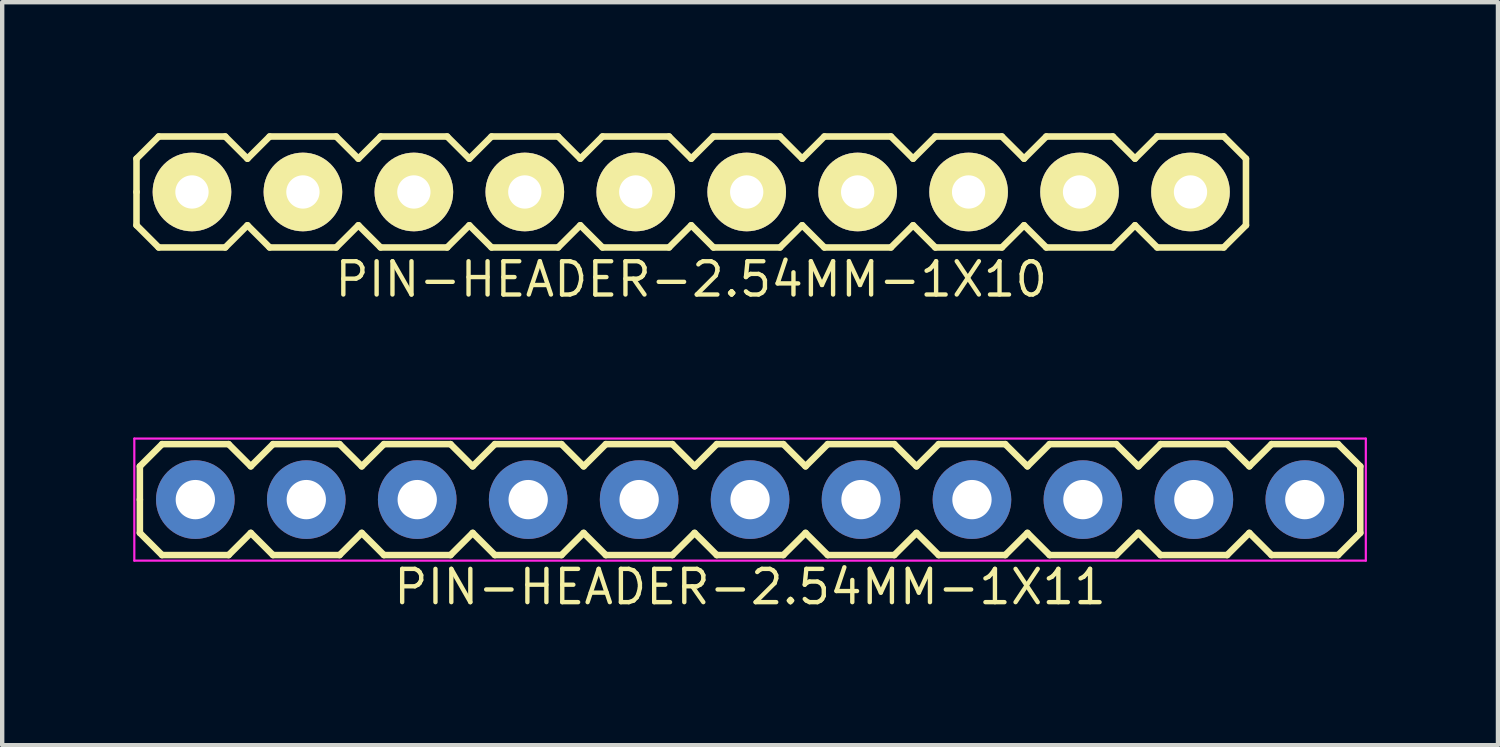
<source format=kicad_pcb>
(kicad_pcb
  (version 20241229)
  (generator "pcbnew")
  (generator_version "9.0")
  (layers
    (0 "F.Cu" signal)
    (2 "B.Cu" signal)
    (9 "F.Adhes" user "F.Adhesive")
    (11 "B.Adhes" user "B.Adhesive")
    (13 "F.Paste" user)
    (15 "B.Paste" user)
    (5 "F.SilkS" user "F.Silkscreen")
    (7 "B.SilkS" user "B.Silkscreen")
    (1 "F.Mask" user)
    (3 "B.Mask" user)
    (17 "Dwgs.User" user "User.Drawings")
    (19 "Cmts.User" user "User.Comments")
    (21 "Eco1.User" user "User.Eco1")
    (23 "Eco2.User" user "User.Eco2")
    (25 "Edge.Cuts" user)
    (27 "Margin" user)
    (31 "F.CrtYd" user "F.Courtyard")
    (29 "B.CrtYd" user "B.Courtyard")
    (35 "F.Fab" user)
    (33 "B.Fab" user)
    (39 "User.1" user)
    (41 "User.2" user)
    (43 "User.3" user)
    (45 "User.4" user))
  (footprint "PIN-HEADER-2.54MM-1X10"
    (layer "F.Cu")
    (at 12.775 1.345)
    (property "Reference" "PIN-HEADER-2.54MM-1X10" (at 0 2 0) (layer "F.SilkS") (effects (font (size 0.762 0.762) (thickness 0.1))))
    (attr through_hole)
    (fp_line (start -12.7 -0.762) (end -12.192 -1.27) (stroke (width 0.15) (type solid)) (layer "F.SilkS"))
    (fp_line (start -12.7 0) (end -12.7 -0.762) (stroke (width 0.15) (type solid)) (layer "F.SilkS"))
    (fp_line (start -12.7 0.762) (end -12.7 0) (stroke (width 0.15) (type solid)) (layer "F.SilkS"))
    (fp_line (start -12.192 -1.27) (end -10.668 -1.27) (stroke (width 0.15) (type solid)) (layer "F.SilkS"))
    (fp_line (start -12.192 1.27) (end -12.7 0.762) (stroke (width 0.15) (type solid)) (layer "F.SilkS"))
    (fp_line (start -10.668 -1.27) (end -10.16 -0.762) (stroke (width 0.15) (type solid)) (layer "F.SilkS"))
    (fp_line (start -10.668 1.27) (end -12.192 1.27) (stroke (width 0.15) (type solid)) (layer "F.SilkS"))
    (fp_line (start -10.16 -0.762) (end -9.652 -1.27) (stroke (width 0.15) (type solid)) (layer "F.SilkS"))
    (fp_line (start -10.16 0.762) (end -10.668 1.27) (stroke (width 0.15) (type solid)) (layer "F.SilkS"))
    (fp_line (start -9.652 -1.27) (end -8.128 -1.27) (stroke (width 0.15) (type solid)) (layer "F.SilkS"))
    (fp_line (start -9.652 1.27) (end -10.16 0.762) (stroke (width 0.15) (type solid)) (layer "F.SilkS"))
    (fp_line (start -8.128 -1.27) (end -7.62 -0.762) (stroke (width 0.15) (type solid)) (layer "F.SilkS"))
    (fp_line (start -8.128 1.27) (end -9.652 1.27) (stroke (width 0.15) (type solid)) (layer "F.SilkS"))
    (fp_line (start -7.62 -0.762) (end -7.112 -1.27) (stroke (width 0.15) (type solid)) (layer "F.SilkS"))
    (fp_line (start -7.62 0.762) (end -8.128 1.27) (stroke (width 0.15) (type solid)) (layer "F.SilkS"))
    (fp_line (start -7.112 -1.27) (end -5.588 -1.27) (stroke (width 0.15) (type solid)) (layer "F.SilkS"))
    (fp_line (start -7.112 1.27) (end -7.62 0.762) (stroke (width 0.15) (type solid)) (layer "F.SilkS"))
    (fp_line (start -5.588 -1.27) (end -5.08 -0.762) (stroke (width 0.15) (type solid)) (layer "F.SilkS"))
    (fp_line (start -5.588 1.27) (end -7.112 1.27) (stroke (width 0.15) (type solid)) (layer "F.SilkS"))
    (fp_line (start -5.08 -0.762) (end -4.572 -1.27) (stroke (width 0.15) (type solid)) (layer "F.SilkS"))
    (fp_line (start -5.08 0.762) (end -5.588 1.27) (stroke (width 0.15) (type solid)) (layer "F.SilkS"))
    (fp_line (start -4.572 -1.27) (end -3.048 -1.27) (stroke (width 0.15) (type solid)) (layer "F.SilkS"))
    (fp_line (start -4.572 1.27) (end -5.08 0.762) (stroke (width 0.15) (type solid)) (layer "F.SilkS"))
    (fp_line (start -3.048 -1.27) (end -2.54 -0.762) (stroke (width 0.15) (type solid)) (layer "F.SilkS"))
    (fp_line (start -3.048 1.27) (end -4.572 1.27) (stroke (width 0.15) (type solid)) (layer "F.SilkS"))
    (fp_line (start -2.54 -0.762) (end -2.032 -1.27) (stroke (width 0.15) (type solid)) (layer "F.SilkS"))
    (fp_line (start -2.54 0.762) (end -3.048 1.27) (stroke (width 0.15) (type solid)) (layer "F.SilkS"))
    (fp_line (start -2.032 -1.27) (end -0.508 -1.27) (stroke (width 0.15) (type solid)) (layer "F.SilkS"))
    (fp_line (start -2.032 1.27) (end -2.54 0.762) (stroke (width 0.15) (type solid)) (layer "F.SilkS"))
    (fp_line (start -0.508 -1.27) (end 0 -0.762) (stroke (width 0.15) (type solid)) (layer "F.SilkS"))
    (fp_line (start -0.508 1.27) (end -2.032 1.27) (stroke (width 0.15) (type solid)) (layer "F.SilkS"))
    (fp_line (start 0 -0.762) (end 0.508 -1.27) (stroke (width 0.15) (type solid)) (layer "F.SilkS"))
    (fp_line (start 0 0.762) (end -0.508 1.27) (stroke (width 0.15) (type solid)) (layer "F.SilkS"))
    (fp_line (start 0.508 -1.27) (end 2.032 -1.27) (stroke (width 0.15) (type solid)) (layer "F.SilkS"))
    (fp_line (start 0.508 1.27) (end 0 0.762) (stroke (width 0.15) (type solid)) (layer "F.SilkS"))
    (fp_line (start 2.032 -1.27) (end 2.54 -0.762) (stroke (width 0.15) (type solid)) (layer "F.SilkS"))
    (fp_line (start 2.032 1.27) (end 0.508 1.27) (stroke (width 0.15) (type solid)) (layer "F.SilkS"))
    (fp_line (start 2.54 -0.762) (end 3.048 -1.27) (stroke (width 0.15) (type solid)) (layer "F.SilkS"))
    (fp_line (start 2.54 0.762) (end 2.032 1.27) (stroke (width 0.15) (type solid)) (layer "F.SilkS"))
    (fp_line (start 3.048 -1.27) (end 4.572 -1.27) (stroke (width 0.15) (type solid)) (layer "F.SilkS"))
    (fp_line (start 3.048 1.27) (end 2.54 0.762) (stroke (width 0.15) (type solid)) (layer "F.SilkS"))
    (fp_line (start 4.572 -1.27) (end 5.08 -0.762) (stroke (width 0.15) (type solid)) (layer "F.SilkS"))
    (fp_line (start 4.572 1.27) (end 3.048 1.27) (stroke (width 0.15) (type solid)) (layer "F.SilkS"))
    (fp_line (start 5.08 -0.762) (end 5.588 -1.27) (stroke (width 0.15) (type solid)) (layer "F.SilkS"))
    (fp_line (start 5.08 0.762) (end 4.572 1.27) (stroke (width 0.15) (type solid)) (layer "F.SilkS"))
    (fp_line (start 5.588 -1.27) (end 7.112 -1.27) (stroke (width 0.15) (type solid)) (layer "F.SilkS"))
    (fp_line (start 5.588 1.27) (end 5.08 0.762) (stroke (width 0.15) (type solid)) (layer "F.SilkS"))
    (fp_line (start 7.112 -1.27) (end 7.62 -0.762) (stroke (width 0.15) (type solid)) (layer "F.SilkS"))
    (fp_line (start 7.112 1.27) (end 5.588 1.27) (stroke (width 0.15) (type solid)) (layer "F.SilkS"))
    (fp_line (start 7.62 -0.762) (end 8.128 -1.27) (stroke (width 0.15) (type solid)) (layer "F.SilkS"))
    (fp_line (start 7.62 0.762) (end 7.112 1.27) (stroke (width 0.15) (type solid)) (layer "F.SilkS"))
    (fp_line (start 8.128 -1.27) (end 9.652 -1.27) (stroke (width 0.15) (type solid)) (layer "F.SilkS"))
    (fp_line (start 8.128 1.27) (end 7.62 0.762) (stroke (width 0.15) (type solid)) (layer "F.SilkS"))
    (fp_line (start 9.652 -1.27) (end 10.16 -0.762) (stroke (width 0.15) (type solid)) (layer "F.SilkS"))
    (fp_line (start 9.652 1.27) (end 8.128 1.27) (stroke (width 0.15) (type solid)) (layer "F.SilkS"))
    (fp_line (start 10.16 -0.762) (end 10.668 -1.27) (stroke (width 0.15) (type solid)) (layer "F.SilkS"))
    (fp_line (start 10.16 0.762) (end 9.652 1.27) (stroke (width 0.15) (type solid)) (layer "F.SilkS"))
    (fp_line (start 10.668 -1.27) (end 12.192 -1.27) (stroke (width 0.15) (type solid)) (layer "F.SilkS"))
    (fp_line (start 10.668 1.27) (end 10.16 0.762) (stroke (width 0.15) (type solid)) (layer "F.SilkS"))
    (fp_line (start 12.192 -1.27) (end 12.7 -0.762) (stroke (width 0.15) (type solid)) (layer "F.SilkS"))
    (fp_line (start 12.192 1.27) (end 10.668 1.27) (stroke (width 0.15) (type solid)) (layer "F.SilkS"))
    (fp_line (start 12.7 -0.762) (end 12.7 0.762) (stroke (width 0.15) (type solid)) (layer "F.SilkS"))
    (fp_line (start 12.7 0.762) (end 12.192 1.27) (stroke (width 0.15) (type solid)) (layer "F.SilkS"))
    (pad "1" thru_hole circle (at -11.43 0) (size 1.8 1.8) (drill 0.762) (layers "*.Cu" "*.Mask" "F.SilkS"))
    (pad "2" thru_hole circle (at -8.89 0) (size 1.8 1.8) (drill 0.762) (layers "*.Cu" "*.Mask" "F.SilkS"))
    (pad "3" thru_hole circle (at -6.35 0) (size 1.8 1.8) (drill 0.762) (layers "*.Cu" "*.Mask" "F.SilkS"))
    (pad "4" thru_hole circle (at -3.81 0) (size 1.8 1.8) (drill 0.762) (layers "*.Cu" "*.Mask" "F.SilkS"))
    (pad "5" thru_hole circle (at -1.27 0) (size 1.8 1.8) (drill 0.762) (layers "*.Cu" "*.Mask" "F.SilkS"))
    (pad "6" thru_hole circle (at 1.27 0) (size 1.8 1.8) (drill 0.762) (layers "*.Cu" "*.Mask" "F.SilkS"))
    (pad "7" thru_hole circle (at 3.81 0) (size 1.8 1.8) (drill 0.762) (layers "*.Cu" "*.Mask" "F.SilkS"))
    (pad "8" thru_hole circle (at 6.35 0) (size 1.8 1.8) (drill 0.762) (layers "*.Cu" "*.Mask" "F.SilkS"))
    (pad "9" thru_hole circle (at 8.89 0) (size 1.8 1.8) (drill 0.762) (layers "*.Cu" "*.Mask" "F.SilkS"))
    (pad "10" thru_hole circle (at 11.43 0) (size 1.8 1.8) (drill 0.762) (layers "*.Cu" "*.Mask" "F.SilkS")))
  (footprint "PIN-HEADER-2.54MM-1X11"
    (layer "F.Cu")
    (at 14.122 8.388)
    (property "Reference" "PIN-HEADER-2.54MM-1X11" (at 0 2 0) (layer "F.SilkS") (effects (font (size 0.762 0.762) (thickness 0.1))))
    (attr through_hole)
    (fp_line (start -13.97 -0.762) (end -13.462 -1.27) (stroke (width 0.15) (type solid)) (layer "F.SilkS"))
    (fp_line (start -13.97 0) (end -13.97 -0.762) (stroke (width 0.15) (type solid)) (layer "F.SilkS"))
    (fp_line (start -13.97 0.762) (end -13.97 0) (stroke (width 0.15) (type solid)) (layer "F.SilkS"))
    (fp_line (start -13.462 -1.27) (end -11.938 -1.27) (stroke (width 0.15) (type solid)) (layer "F.SilkS"))
    (fp_line (start -13.462 1.27) (end -13.97 0.762) (stroke (width 0.15) (type solid)) (layer "F.SilkS"))
    (fp_line (start -11.938 -1.27) (end -11.43 -0.762) (stroke (width 0.15) (type solid)) (layer "F.SilkS"))
    (fp_line (start -11.938 1.27) (end -13.462 1.27) (stroke (width 0.15) (type solid)) (layer "F.SilkS"))
    (fp_line (start -11.43 -0.762) (end -10.922 -1.27) (stroke (width 0.15) (type solid)) (layer "F.SilkS"))
    (fp_line (start -11.43 0.762) (end -11.938 1.27) (stroke (width 0.15) (type solid)) (layer "F.SilkS"))
    (fp_line (start -10.922 -1.27) (end -9.398 -1.27) (stroke (width 0.15) (type solid)) (layer "F.SilkS"))
    (fp_line (start -10.922 1.27) (end -11.43 0.762) (stroke (width 0.15) (type solid)) (layer "F.SilkS"))
    (fp_line (start -9.398 -1.27) (end -8.89 -0.762) (stroke (width 0.15) (type solid)) (layer "F.SilkS"))
    (fp_line (start -9.398 1.27) (end -10.922 1.27) (stroke (width 0.15) (type solid)) (layer "F.SilkS"))
    (fp_line (start -8.89 -0.762) (end -8.382 -1.27) (stroke (width 0.15) (type solid)) (layer "F.SilkS"))
    (fp_line (start -8.89 0.762) (end -9.398 1.27) (stroke (width 0.15) (type solid)) (layer "F.SilkS"))
    (fp_line (start -8.382 -1.27) (end -6.858 -1.27) (stroke (width 0.15) (type solid)) (layer "F.SilkS"))
    (fp_line (start -8.382 1.27) (end -8.89 0.762) (stroke (width 0.15) (type solid)) (layer "F.SilkS"))
    (fp_line (start -6.858 -1.27) (end -6.35 -0.762) (stroke (width 0.15) (type solid)) (layer "F.SilkS"))
    (fp_line (start -6.858 1.27) (end -8.382 1.27) (stroke (width 0.15) (type solid)) (layer "F.SilkS"))
    (fp_line (start -6.35 -0.762) (end -5.842 -1.27) (stroke (width 0.15) (type solid)) (layer "F.SilkS"))
    (fp_line (start -6.35 0.762) (end -6.858 1.27) (stroke (width 0.15) (type solid)) (layer "F.SilkS"))
    (fp_line (start -5.842 -1.27) (end -4.318 -1.27) (stroke (width 0.15) (type solid)) (layer "F.SilkS"))
    (fp_line (start -5.842 1.27) (end -6.35 0.762) (stroke (width 0.15) (type solid)) (layer "F.SilkS"))
    (fp_line (start -4.318 -1.27) (end -3.81 -0.762) (stroke (width 0.15) (type solid)) (layer "F.SilkS"))
    (fp_line (start -4.318 1.27) (end -5.842 1.27) (stroke (width 0.15) (type solid)) (layer "F.SilkS"))
    (fp_line (start -3.81 -0.762) (end -3.302 -1.27) (stroke (width 0.15) (type solid)) (layer "F.SilkS"))
    (fp_line (start -3.81 0.762) (end -4.318 1.27) (stroke (width 0.15) (type solid)) (layer "F.SilkS"))
    (fp_line (start -3.302 -1.27) (end -1.778 -1.27) (stroke (width 0.15) (type solid)) (layer "F.SilkS"))
    (fp_line (start -3.302 1.27) (end -3.81 0.762) (stroke (width 0.15) (type solid)) (layer "F.SilkS"))
    (fp_line (start -1.778 -1.27) (end -1.27 -0.762) (stroke (width 0.15) (type solid)) (layer "F.SilkS"))
    (fp_line (start -1.778 1.27) (end -3.302 1.27) (stroke (width 0.15) (type solid)) (layer "F.SilkS"))
    (fp_line (start -1.27 -0.762) (end -0.762 -1.27) (stroke (width 0.15) (type solid)) (layer "F.SilkS"))
    (fp_line (start -1.27 0.762) (end -1.778 1.27) (stroke (width 0.15) (type solid)) (layer "F.SilkS"))
    (fp_line (start -0.762 -1.27) (end 0.762 -1.27) (stroke (width 0.15) (type solid)) (layer "F.SilkS"))
    (fp_line (start -0.762 1.27) (end -1.27 0.762) (stroke (width 0.15) (type solid)) (layer "F.SilkS"))
    (fp_line (start 0.762 -1.27) (end 1.27 -0.762) (stroke (width 0.15) (type solid)) (layer "F.SilkS"))
    (fp_line (start 0.762 1.27) (end -0.762 1.27) (stroke (width 0.15) (type solid)) (layer "F.SilkS"))
    (fp_line (start 1.27 -0.762) (end 1.778 -1.27) (stroke (width 0.15) (type solid)) (layer "F.SilkS"))
    (fp_line (start 1.27 0.762) (end 0.762 1.27) (stroke (width 0.15) (type solid)) (layer "F.SilkS"))
    (fp_line (start 1.778 -1.27) (end 3.302 -1.27) (stroke (width 0.15) (type solid)) (layer "F.SilkS"))
    (fp_line (start 1.778 1.27) (end 1.27 0.762) (stroke (width 0.15) (type solid)) (layer "F.SilkS"))
    (fp_line (start 3.302 -1.27) (end 3.81 -0.762) (stroke (width 0.15) (type solid)) (layer "F.SilkS"))
    (fp_line (start 3.302 1.27) (end 1.778 1.27) (stroke (width 0.15) (type solid)) (layer "F.SilkS"))
    (fp_line (start 3.81 -0.762) (end 4.318 -1.27) (stroke (width 0.15) (type solid)) (layer "F.SilkS"))
    (fp_line (start 3.81 0.762) (end 3.302 1.27) (stroke (width 0.15) (type solid)) (layer "F.SilkS"))
    (fp_line (start 4.318 -1.27) (end 5.842 -1.27) (stroke (width 0.15) (type solid)) (layer "F.SilkS"))
    (fp_line (start 4.318 1.27) (end 3.81 0.762) (stroke (width 0.15) (type solid)) (layer "F.SilkS"))
    (fp_line (start 5.842 -1.27) (end 6.35 -0.762) (stroke (width 0.15) (type solid)) (layer "F.SilkS"))
    (fp_line (start 5.842 1.27) (end 4.318 1.27) (stroke (width 0.15) (type solid)) (layer "F.SilkS"))
    (fp_line (start 6.35 -0.762) (end 6.858 -1.27) (stroke (width 0.15) (type solid)) (layer "F.SilkS"))
    (fp_line (start 6.35 0.762) (end 5.842 1.27) (stroke (width 0.15) (type solid)) (layer "F.SilkS"))
    (fp_line (start 6.858 -1.27) (end 8.382 -1.27) (stroke (width 0.15) (type solid)) (layer "F.SilkS"))
    (fp_line (start 6.858 1.27) (end 6.35 0.762) (stroke (width 0.15) (type solid)) (layer "F.SilkS"))
    (fp_line (start 8.382 -1.27) (end 8.89 -0.762) (stroke (width 0.15) (type solid)) (layer "F.SilkS"))
    (fp_line (start 8.382 1.27) (end 6.858 1.27) (stroke (width 0.15) (type solid)) (layer "F.SilkS"))
    (fp_line (start 8.89 -0.762) (end 9.398 -1.27) (stroke (width 0.15) (type solid)) (layer "F.SilkS"))
    (fp_line (start 8.89 0.762) (end 8.382 1.27) (stroke (width 0.15) (type solid)) (layer "F.SilkS"))
    (fp_line (start 9.398 -1.27) (end 10.922 -1.27) (stroke (width 0.15) (type solid)) (layer "F.SilkS"))
    (fp_line (start 9.398 1.27) (end 8.89 0.762) (stroke (width 0.15) (type solid)) (layer "F.SilkS"))
    (fp_line (start 10.922 -1.27) (end 11.43 -0.762) (stroke (width 0.15) (type solid)) (layer "F.SilkS"))
    (fp_line (start 10.922 1.27) (end 9.398 1.27) (stroke (width 0.15) (type solid)) (layer "F.SilkS"))
    (fp_line (start 11.43 -0.762) (end 11.938 -1.27) (stroke (width 0.15) (type solid)) (layer "F.SilkS"))
    (fp_line (start 11.43 0.762) (end 10.922 1.27) (stroke (width 0.15) (type solid)) (layer "F.SilkS"))
    (fp_line (start 11.938 -1.27) (end 13.462 -1.27) (stroke (width 0.15) (type solid)) (layer "F.SilkS"))
    (fp_line (start 11.938 1.27) (end 11.43 0.762) (stroke (width 0.15) (type solid)) (layer "F.SilkS"))
    (fp_line (start 13.462 -1.27) (end 13.97 -0.762) (stroke (width 0.15) (type solid)) (layer "F.SilkS"))
    (fp_line (start 13.462 1.27) (end 11.938 1.27) (stroke (width 0.15) (type solid)) (layer "F.SilkS"))
    (fp_line (start 13.97 -0.762) (end 13.97 0.762) (stroke (width 0.15) (type solid)) (layer "F.SilkS"))
    (fp_line (start 13.97 0.762) (end 13.462 1.27) (stroke (width 0.15) (type solid)) (layer "F.SilkS"))
    (fp_line (start -14.097 -1.397) (end 14.097 -1.397) (stroke (width 0.05) (type solid)) (layer "F.CrtYd"))
    (fp_line (start -14.097 1.397) (end -14.097 -1.397) (stroke (width 0.05) (type solid)) (layer "F.CrtYd"))
    (fp_line (start 14.097 -1.397) (end 14.097 1.397) (stroke (width 0.05) (type solid)) (layer "F.CrtYd"))
    (fp_line (start 14.097 1.397) (end -14.097 1.397) (stroke (width 0.05) (type solid)) (layer "F.CrtYd"))
    (pad "1" thru_hole circle (at -12.7 0) (size 1.8 1.8) (drill 0.9) (layers "*.Cu" "*.Mask"))
    (pad "2" thru_hole circle (at -10.16 0) (size 1.8 1.8) (drill 0.9) (layers "*.Cu" "*.Mask"))
    (pad "3" thru_hole circle (at -7.62 0) (size 1.8 1.8) (drill 0.9) (layers "*.Cu" "*.Mask"))
    (pad "4" thru_hole circle (at -5.08 0) (size 1.8 1.8) (drill 0.9) (layers "*.Cu" "*.Mask"))
    (pad "5" thru_hole circle (at -2.54 0) (size 1.8 1.8) (drill 0.9) (layers "*.Cu" "*.Mask"))
    (pad "6" thru_hole circle (at 0 0) (size 1.8 1.8) (drill 0.9) (layers "*.Cu" "*.Mask"))
    (pad "7" thru_hole circle (at 2.54 0) (size 1.8 1.8) (drill 0.9) (layers "*.Cu" "*.Mask"))
    (pad "8" thru_hole circle (at 5.08 0) (size 1.8 1.8) (drill 0.9) (layers "*.Cu" "*.Mask"))
    (pad "9" thru_hole circle (at 7.62 0) (size 1.8 1.8) (drill 0.9) (layers "*.Cu" "*.Mask"))
    (pad "10" thru_hole circle (at 10.16 0) (size 1.8 1.8) (drill 0.9) (layers "*.Cu" "*.Mask"))
    (pad "11" thru_hole circle (at 12.7 0) (size 1.8 1.8) (drill 0.9) (layers "*.Cu" "*.Mask")))
  (gr_rect
    (start -3 -3)
    (end 31.244 14.01)
    (stroke (width 0.1) (type default))
    (fill no)
    (layer "Edge.Cuts")))
</source>
